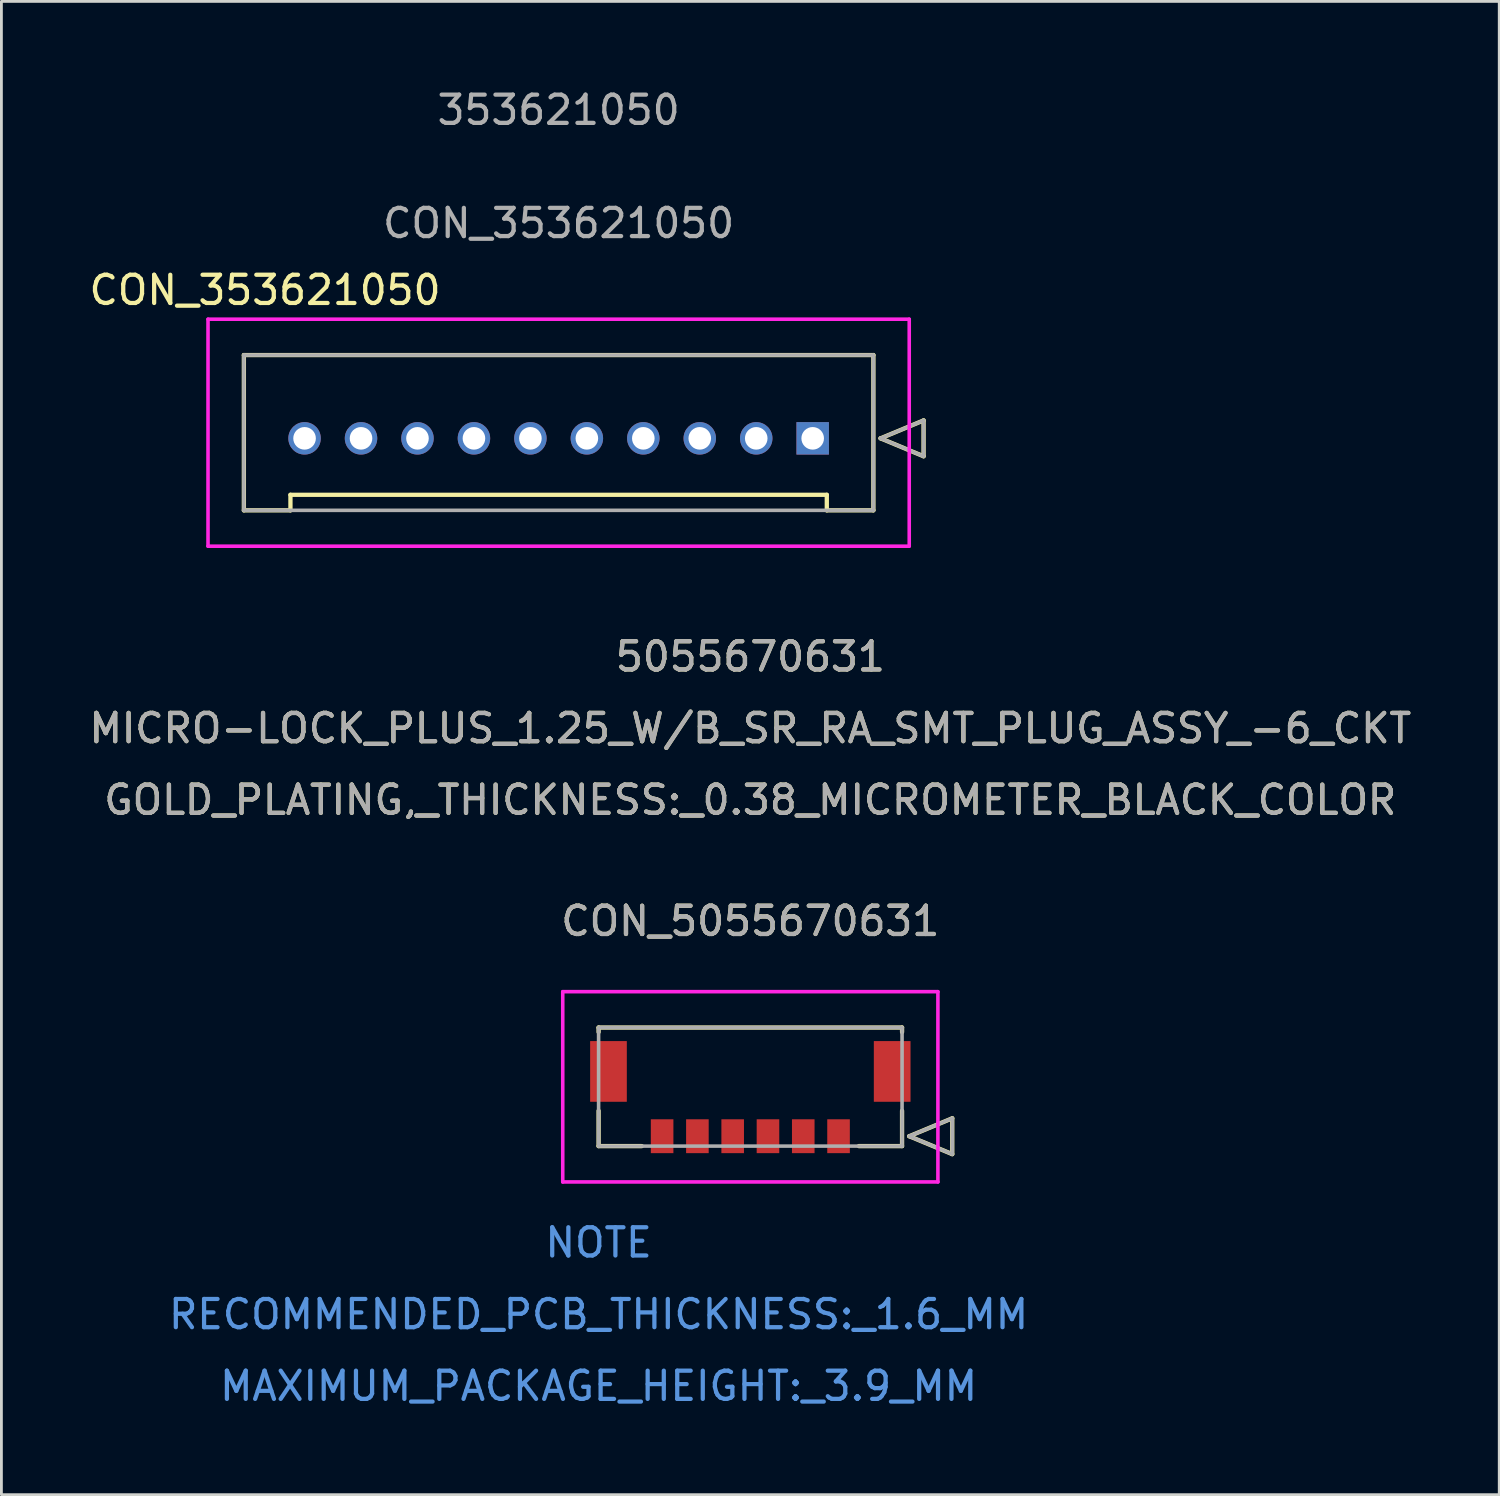
<source format=kicad_pcb>
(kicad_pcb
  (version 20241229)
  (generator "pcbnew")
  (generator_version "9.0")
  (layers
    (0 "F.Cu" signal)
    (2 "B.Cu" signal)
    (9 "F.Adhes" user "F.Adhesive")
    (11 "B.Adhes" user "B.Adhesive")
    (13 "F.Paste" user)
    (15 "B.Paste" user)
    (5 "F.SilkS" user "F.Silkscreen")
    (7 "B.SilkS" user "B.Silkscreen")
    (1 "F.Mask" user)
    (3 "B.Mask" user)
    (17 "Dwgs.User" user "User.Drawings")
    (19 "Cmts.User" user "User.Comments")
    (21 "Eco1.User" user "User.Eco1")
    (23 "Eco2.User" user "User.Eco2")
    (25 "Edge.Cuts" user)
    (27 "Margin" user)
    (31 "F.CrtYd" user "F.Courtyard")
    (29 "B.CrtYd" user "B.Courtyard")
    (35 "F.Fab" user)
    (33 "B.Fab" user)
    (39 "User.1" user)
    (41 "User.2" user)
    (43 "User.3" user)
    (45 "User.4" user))
  (footprint "CON_5055670631"
    (layer "F.Cu")
    (at 26.655 37.2)
    (property "Reference" "CON_5055670631" (at -3.125 -7.62 0) (unlocked yes) (layer "F.SilkS") (effects (font (size 1 1) (thickness 0.15))))
    (attr smd)
    (fp_line (start -8.5 -3.85) (end -8.5 -3.69) (stroke (width 0.152) (type solid)) (layer "F.SilkS"))
    (fp_line (start -8.5 -0.9) (end -8.5 0.35) (stroke (width 0.152) (type solid)) (layer "F.SilkS"))
    (fp_line (start -8.5 0.35) (end -6.97 0.35) (stroke (width 0.152) (type solid)) (layer "F.SilkS"))
    (fp_line (start 0.72 0.35) (end 2.25 0.35) (stroke (width 0.152) (type solid)) (layer "F.SilkS"))
    (fp_line (start 2.25 -3.85) (end -8.5 -3.85) (stroke (width 0.152) (type solid)) (layer "F.SilkS"))
    (fp_line (start 2.25 -3.69) (end 2.25 -3.85) (stroke (width 0.152) (type solid)) (layer "F.SilkS"))
    (fp_line (start 2.25 0.35) (end 2.25 -0.9) (stroke (width 0.152) (type solid)) (layer "F.SilkS"))
    (fp_line (start 2.504 0) (end 4.028 -0.635) (stroke (width 0.152) (type solid)) (layer "F.SilkS"))
    (fp_line (start 4.028 -0.635) (end 4.028 0.635) (stroke (width 0.152) (type solid)) (layer "F.SilkS"))
    (fp_line (start 4.028 0.635) (end 2.504 0) (stroke (width 0.152) (type solid)) (layer "F.SilkS"))
    (fp_line (start -9.77 -5.12) (end -9.77 1.62) (stroke (width 0.127) (type solid)) (layer "F.CrtYd"))
    (fp_line (start -9.77 1.62) (end 3.52 1.62) (stroke (width 0.127) (type solid)) (layer "F.CrtYd"))
    (fp_line (start 3.52 -5.12) (end -9.77 -5.12) (stroke (width 0.127) (type solid)) (layer "F.CrtYd"))
    (fp_line (start 3.52 1.62) (end 3.52 -5.12) (stroke (width 0.127) (type solid)) (layer "F.CrtYd"))
    (fp_line (start -8.5 -3.85) (end -8.5 0.35) (stroke (width 0.127) (type solid)) (layer "F.Fab"))
    (fp_line (start -8.5 0.35) (end 2.25 0.35) (stroke (width 0.127) (type solid)) (layer "F.Fab"))
    (fp_line (start 2.25 -3.85) (end -8.5 -3.85) (stroke (width 0.127) (type solid)) (layer "F.Fab"))
    (fp_line (start 2.25 0.35) (end 2.25 -3.85) (stroke (width 0.127) (type solid)) (layer "F.Fab"))
    (fp_line (start 2.504 0) (end 4.028 -0.635) (stroke (width 0.127) (type solid)) (layer "F.Fab"))
    (fp_line (start 4.028 -0.635) (end 4.028 0.635) (stroke (width 0.127) (type solid)) (layer "F.Fab"))
    (fp_line (start 4.028 0.635) (end 2.504 0) (stroke (width 0.127) (type solid)) (layer "F.Fab"))
    (fp_text user "GOLD_PLATING,_THICKNESS:_0.38_MICROMETER_BLACK_COLOR" (at -3.125 -11.91 0) (unlocked yes) (layer "F.SilkS") (effects (font (size 1 1) (thickness 0.15))))
    (fp_text user "MICRO-LOCK_PLUS_1.25_W/B_SR_RA_SMT_PLUG_ASSY_-6_CKT" (at -3.125 -14.45 0) (unlocked yes) (layer "F.SilkS") (effects (font (size 1 1) (thickness 0.15))))
    (fp_text user "5055670631" (at -3.125 -16.99 0) (unlocked yes) (layer "F.SilkS") (effects (font (size 1 1) (thickness 0.15))))
    (fp_text user "MAXIMUM_PACKAGE_HEIGHT:_3.9_MM" (at -8.5 8.85 0) (unlocked yes) (layer "Cmts.User") (effects (font (size 1 1) (thickness 0.15))))
    (fp_text user "NOTE" (at -8.5 3.77 0) (unlocked yes) (layer "Cmts.User") (effects (font (size 1 1) (thickness 0.15))))
    (fp_text user "RECOMMENDED_PCB_THICKNESS:_1.6_MM" (at -8.5 6.31 0) (unlocked yes) (layer "Cmts.User") (effects (font (size 1 1) (thickness 0.15))))
    (fp_text user "5055670631" (at -3.125 -16.99 0) (unlocked yes) (layer "F.Fab") (effects (font (size 1 1) (thickness 0.15))))
    (fp_text user "${REFERENCE}" (at -3.125 -7.62 0) (unlocked yes) (layer "F.Fab") (effects (font (size 1 1) (thickness 0.15))))
    (fp_text user "MICRO-LOCK_PLUS_1.25_W/B_SR_RA_SMT_PLUG_ASSY_-6_CKT" (at -3.125 -14.45 0) (unlocked yes) (layer "F.Fab") (effects (font (size 1 1) (thickness 0.15))))
    (fp_text user "GOLD_PLATING,_THICKNESS:_0.38_MICROMETER_BLACK_COLOR" (at -3.125 -11.91 0) (unlocked yes) (layer "F.Fab") (effects (font (size 1 1) (thickness 0.15))))
    (pad "1" smd rect (at 0 0) (size 0.8 1.2) (layers "F.Cu" "F.Mask" "F.Paste"))
    (pad "2" smd rect (at -1.25 0) (size 0.8 1.2) (layers "F.Cu" "F.Mask" "F.Paste"))
    (pad "3" smd rect (at -2.5 0) (size 0.8 1.2) (layers "F.Cu" "F.Mask" "F.Paste"))
    (pad "4" smd rect (at -3.75 0) (size 0.8 1.2) (layers "F.Cu" "F.Mask" "F.Paste"))
    (pad "5" smd rect (at -5 0) (size 0.8 1.2) (layers "F.Cu" "F.Mask" "F.Paste"))
    (pad "6" smd rect (at -6.25 0) (size 0.8 1.2) (layers "F.Cu" "F.Mask" "F.Paste"))
    (pad "7" smd rect (at 1.9 -2.295) (size 1.3 2.15) (layers "F.Cu" "F.Mask" "F.Paste"))
    (pad "8" smd rect (at -8.15 -2.295) (size 1.3 2.15) (layers "F.Cu" "F.Mask" "F.Paste")))
  (footprint "CON_353621050"
    (layer "F.Cu")
    (at 25.739 12.478)
    (property "Reference" "CON_353621050" (at -19.4 -5.25 0) (unlocked yes) (layer "F.SilkS") (effects (font (size 1 1) (thickness 0.15))))
    (attr through_hole)
    (fp_line (start -20.15 -2.95) (end -20.15 2.55) (stroke (width 0.152) (type solid)) (layer "F.SilkS"))
    (fp_line (start -18.5 2) (end -18.5 2.55) (stroke (width 0.152) (type default)) (layer "F.SilkS"))
    (fp_line (start -18.5 2) (end 0.5 2) (stroke (width 0.152) (type solid)) (layer "F.SilkS"))
    (fp_line (start -18.5 2.55) (end -20.15 2.55) (stroke (width 0.152) (type default)) (layer "F.SilkS"))
    (fp_line (start 0.5 2) (end 0.5 2.55) (stroke (width 0.152) (type default)) (layer "F.SilkS"))
    (fp_line (start 0.5 2.55) (end 2.15 2.55) (stroke (width 0.152) (type default)) (layer "F.SilkS"))
    (fp_line (start 2.15 -2.95) (end -20.15 -2.95) (stroke (width 0.152) (type solid)) (layer "F.SilkS"))
    (fp_line (start 2.15 2.55) (end 2.15 -2.95) (stroke (width 0.152) (type solid)) (layer "F.SilkS"))
    (fp_line (start 2.404 0) (end 3.928 -0.635) (stroke (width 0.152) (type solid)) (layer "F.SilkS"))
    (fp_line (start 3.928 -0.635) (end 3.928 0.635) (stroke (width 0.152) (type solid)) (layer "F.SilkS"))
    (fp_line (start 3.928 0.635) (end 2.404 0) (stroke (width 0.152) (type solid)) (layer "F.SilkS"))
    (fp_line (start -21.42 -4.22) (end -21.42 3.82) (stroke (width 0.127) (type solid)) (layer "F.CrtYd"))
    (fp_line (start -21.42 3.82) (end 3.42 3.82) (stroke (width 0.127) (type solid)) (layer "F.CrtYd"))
    (fp_line (start 3.42 -4.22) (end -21.42 -4.22) (stroke (width 0.127) (type solid)) (layer "F.CrtYd"))
    (fp_line (start 3.42 3.82) (end 3.42 -4.22) (stroke (width 0.127) (type solid)) (layer "F.CrtYd"))
    (fp_line (start -20.15 -2.95) (end -20.15 2.55) (stroke (width 0.127) (type solid)) (layer "F.Fab"))
    (fp_line (start -20.15 2.55) (end 2.15 2.55) (stroke (width 0.127) (type solid)) (layer "F.Fab"))
    (fp_line (start 2.15 -2.95) (end -20.15 -2.95) (stroke (width 0.127) (type solid)) (layer "F.Fab"))
    (fp_line (start 2.15 2.55) (end 2.15 -2.95) (stroke (width 0.127) (type solid)) (layer "F.Fab"))
    (fp_line (start 2.404 0) (end 3.928 -0.635) (stroke (width 0.127) (type solid)) (layer "F.Fab"))
    (fp_line (start 3.928 -0.635) (end 3.928 0.635) (stroke (width 0.127) (type solid)) (layer "F.Fab"))
    (fp_line (start 3.928 0.635) (end 2.404 0) (stroke (width 0.127) (type solid)) (layer "F.Fab"))
    (fp_text user "353621050" (at -9 -11.63 0) (unlocked yes) (layer "F.Fab") (effects (font (size 1 1) (thickness 0.15))))
    (fp_text user "${REFERENCE}" (at -9 -7.62 0) (unlocked yes) (layer "F.Fab") (effects (font (size 1 1) (thickness 0.15))))
    (pad "1" thru_hole rect (at 0 0) (size 1.15 1.15) (drill 0.8) (layers "*.Cu" "*.Mask"))
    (pad "2" thru_hole circle (at -2 0) (size 1.15 1.15) (drill 0.8) (layers "*.Cu" "*.Mask"))
    (pad "3" thru_hole circle (at -4 0) (size 1.15 1.15) (drill 0.8) (layers "*.Cu" "*.Mask"))
    (pad "4" thru_hole circle (at -6 0) (size 1.15 1.15) (drill 0.8) (layers "*.Cu" "*.Mask"))
    (pad "5" thru_hole circle (at -8 0) (size 1.15 1.15) (drill 0.8) (layers "*.Cu" "*.Mask"))
    (pad "6" thru_hole circle (at -10 0) (size 1.15 1.15) (drill 0.8) (layers "*.Cu" "*.Mask"))
    (pad "7" thru_hole circle (at -12 0) (size 1.15 1.15) (drill 0.8) (layers "*.Cu" "*.Mask"))
    (pad "8" thru_hole circle (at -14 0) (size 1.15 1.15) (drill 0.8) (layers "*.Cu" "*.Mask"))
    (pad "9" thru_hole circle (at -16 0) (size 1.15 1.15) (drill 0.8) (layers "*.Cu" "*.Mask"))
    (pad "10" thru_hole circle (at -18 0) (size 1.15 1.15) (drill 0.8) (layers "*.Cu" "*.Mask")))
  (gr_rect
    (start -3 -3)
    (end 50.06 49.898)
    (stroke (width 0.1) (type default))
    (fill no)
    (layer "Edge.Cuts")))
</source>
